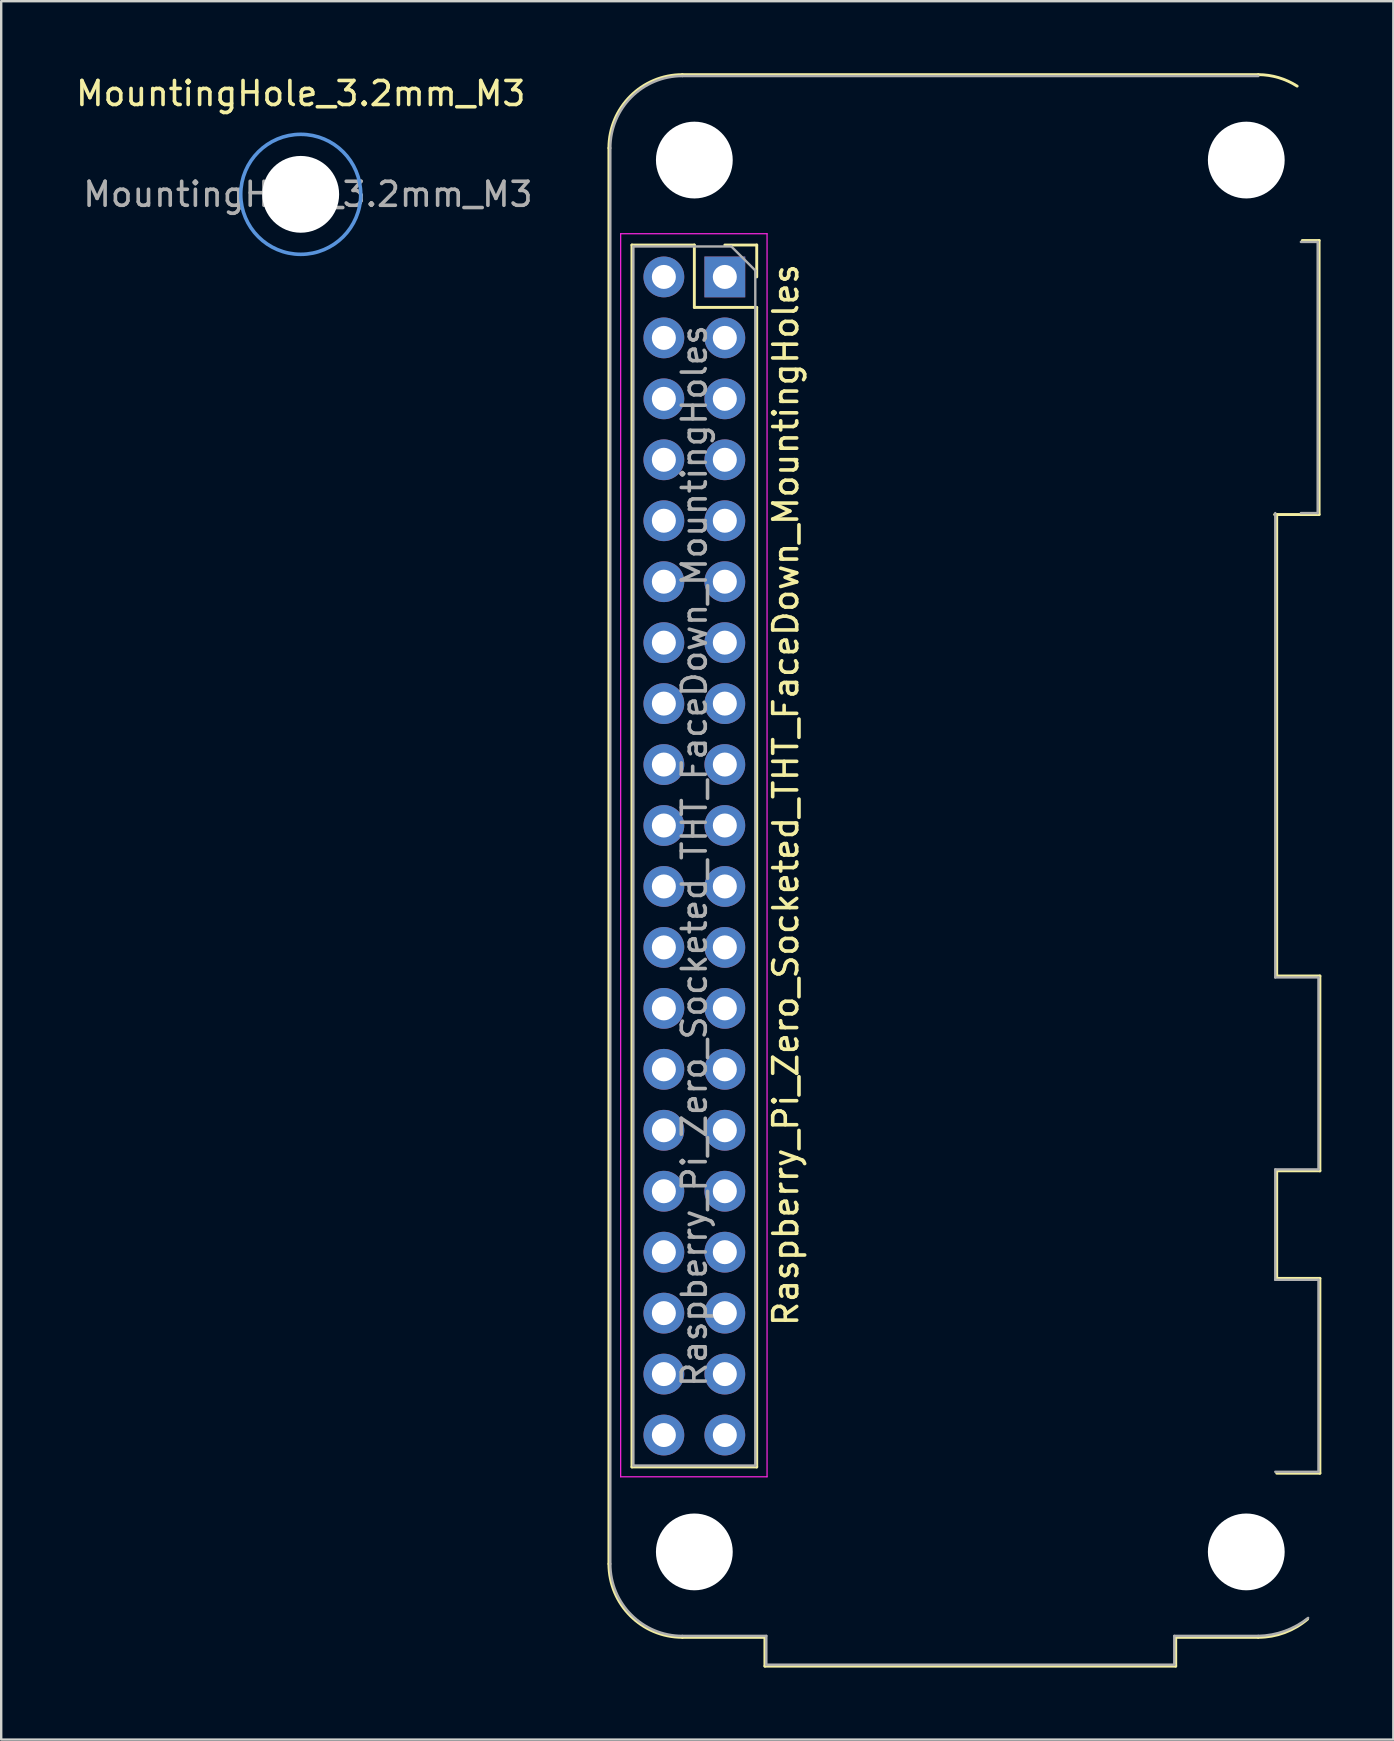
<source format=kicad_pcb>
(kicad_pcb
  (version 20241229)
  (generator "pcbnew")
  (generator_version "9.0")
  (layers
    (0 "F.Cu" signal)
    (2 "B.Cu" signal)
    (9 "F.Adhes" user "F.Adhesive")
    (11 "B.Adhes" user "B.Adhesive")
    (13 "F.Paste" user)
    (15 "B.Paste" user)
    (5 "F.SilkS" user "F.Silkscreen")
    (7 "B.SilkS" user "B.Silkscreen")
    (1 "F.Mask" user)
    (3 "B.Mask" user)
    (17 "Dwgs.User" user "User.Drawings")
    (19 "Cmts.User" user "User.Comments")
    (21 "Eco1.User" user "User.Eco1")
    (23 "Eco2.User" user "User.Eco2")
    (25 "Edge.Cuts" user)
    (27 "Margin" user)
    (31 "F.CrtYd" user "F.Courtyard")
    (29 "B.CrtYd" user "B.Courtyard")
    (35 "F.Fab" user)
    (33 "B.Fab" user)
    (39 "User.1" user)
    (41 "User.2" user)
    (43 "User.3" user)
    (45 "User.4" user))
  (footprint "Raspberry_Pi_Zero_Socketed_THT_FaceDown_MountingHoles"
    (layer "F.Cu")
    (at 27.154 8.49)
    (property "Reference" "Raspberry_Pi_Zero_Socketed_THT_FaceDown_MountingHoles" (at 2.54 21.59 270) (layer "F.SilkS") (effects (font (size 1 1) (thickness 0.15))))
    (attr through_hole)
    (fp_line (start -4.83 53.63) (end -4.83 -5.37) (stroke (width 0.12) (type solid)) (layer "F.SilkS"))
    (fp_line (start -3.87 -1.33) (end -3.87 49.59) (stroke (width 0.12) (type solid)) (layer "F.SilkS"))
    (fp_line (start -3.87 -1.33) (end -1.27 -1.33) (stroke (width 0.12) (type solid)) (layer "F.SilkS"))
    (fp_line (start -3.87 49.59) (end 1.33 49.59) (stroke (width 0.12) (type solid)) (layer "F.SilkS"))
    (fp_line (start -1.77 -8.43) (end 22.23 -8.43) (stroke (width 0.12) (type solid)) (layer "F.SilkS"))
    (fp_line (start -1.27 -1.33) (end -1.27 1.27) (stroke (width 0.12) (type solid)) (layer "F.SilkS"))
    (fp_line (start -1.27 1.27) (end 1.33 1.27) (stroke (width 0.12) (type solid)) (layer "F.SilkS"))
    (fp_line (start 0 -1.33) (end 1.33 -1.33) (stroke (width 0.12) (type solid)) (layer "F.SilkS"))
    (fp_line (start 1.33 -1.33) (end 1.33 0) (stroke (width 0.12) (type solid)) (layer "F.SilkS"))
    (fp_line (start 1.33 1.27) (end 1.33 49.59) (stroke (width 0.12) (type solid)) (layer "F.SilkS"))
    (fp_line (start 1.67 56.69) (end -1.77 56.69) (stroke (width 0.12) (type solid)) (layer "F.SilkS"))
    (fp_line (start 1.67 56.69) (end 1.67 57.89) (stroke (width 0.12) (type solid)) (layer "F.SilkS"))
    (fp_line (start 1.67 57.89) (end 18.79 57.89) (stroke (width 0.12) (type solid)) (layer "F.SilkS"))
    (fp_line (start 18.79 56.69) (end 22.23 56.69) (stroke (width 0.12) (type solid)) (layer "F.SilkS"))
    (fp_line (start 18.79 57.89) (end 18.79 56.69) (stroke (width 0.12) (type solid)) (layer "F.SilkS"))
    (fp_line (start 22.911 9.901) (end 24.765 9.901) (stroke (width 0.12) (type solid)) (layer "F.SilkS"))
    (fp_line (start 22.998 29.131) (end 22.998 9.901) (stroke (width 0.12) (type solid)) (layer "F.SilkS"))
    (fp_line (start 22.998 37.251) (end 24.798 37.251) (stroke (width 0.12) (type solid)) (layer "F.SilkS"))
    (fp_line (start 22.998 41.731) (end 22.998 37.251) (stroke (width 0.12) (type solid)) (layer "F.SilkS"))
    (fp_line (start 22.998 49.851) (end 24.798 49.851) (stroke (width 0.12) (type solid)) (layer "F.SilkS"))
    (fp_line (start 24.765 -1.519) (end 24.065 -1.519) (stroke (width 0.12) (type solid)) (layer "F.SilkS"))
    (fp_line (start 24.765 9.901) (end 24.765 -1.519) (stroke (width 0.12) (type solid)) (layer "F.SilkS"))
    (fp_line (start 24.798 29.131) (end 22.998 29.131) (stroke (width 0.12) (type solid)) (layer "F.SilkS"))
    (fp_line (start 24.798 37.251) (end 24.798 29.131) (stroke (width 0.12) (type solid)) (layer "F.SilkS"))
    (fp_line (start 24.798 41.731) (end 22.998 41.731) (stroke (width 0.12) (type solid)) (layer "F.SilkS"))
    (fp_line (start 24.798 49.851) (end 24.798 41.731) (stroke (width 0.12) (type solid)) (layer "F.SilkS"))
    (fp_arc (start -4.83 -5.37) (mid -3.933747 -7.533747) (end -1.77 -8.43) (stroke (width 0.12) (type solid)) (layer "F.SilkS"))
    (fp_arc (start -1.77 56.69) (mid -3.933747 55.793747) (end -4.83 53.63) (stroke (width 0.12) (type solid)) (layer "F.SilkS"))
    (fp_arc (start 22.23 -8.43) (mid 23.074561 -8.305821) (end 23.8506 -7.9502) (stroke (width 0.12) (type solid)) (layer "F.SilkS"))
    (fp_arc (start 24.2824 55.9308) (mid 23.324158 56.494117) (end 22.23 56.69) (stroke (width 0.12) (type solid)) (layer "F.SilkS"))
    (fp_line (start -4.34 -1.8) (end 1.76 -1.8) (stroke (width 0.05) (type solid)) (layer "F.CrtYd"))
    (fp_line (start -4.34 50) (end -4.34 -1.8) (stroke (width 0.05) (type solid)) (layer "F.CrtYd"))
    (fp_line (start 1.76 -1.8) (end 1.76 50) (stroke (width 0.05) (type solid)) (layer "F.CrtYd"))
    (fp_line (start 1.76 50) (end -4.34 50) (stroke (width 0.05) (type solid)) (layer "F.CrtYd"))
    (fp_line (start -4.77 53.63) (end -4.77 -5.37) (stroke (width 0.1) (type solid)) (layer "F.Fab"))
    (fp_line (start -3.81 -1.27) (end 0.27 -1.27) (stroke (width 0.1) (type solid)) (layer "F.Fab"))
    (fp_line (start -3.81 49.53) (end -3.81 -1.27) (stroke (width 0.1) (type solid)) (layer "F.Fab"))
    (fp_line (start -1.77 -8.37) (end 22.23 -8.37) (stroke (width 0.1) (type solid)) (layer "F.Fab"))
    (fp_line (start -1.77 56.63) (end 1.73 56.63) (stroke (width 0.1) (type solid)) (layer "F.Fab"))
    (fp_line (start 0.27 -1.27) (end 1.27 -0.27) (stroke (width 0.1) (type solid)) (layer "F.Fab"))
    (fp_line (start 1.27 -0.27) (end 1.27 49.53) (stroke (width 0.1) (type solid)) (layer "F.Fab"))
    (fp_line (start 1.27 49.53) (end -3.81 49.53) (stroke (width 0.1) (type solid)) (layer "F.Fab"))
    (fp_line (start 1.73 56.63) (end 1.73 57.83) (stroke (width 0.1) (type solid)) (layer "F.Fab"))
    (fp_line (start 1.73 57.83) (end 18.73 57.83) (stroke (width 0.1) (type solid)) (layer "F.Fab"))
    (fp_line (start 18.73 56.63) (end 18.73 57.83) (stroke (width 0.1) (type solid)) (layer "F.Fab"))
    (fp_line (start 22.23 56.63) (end 18.73 56.63) (stroke (width 0.1) (type solid)) (layer "F.Fab"))
    (fp_line (start 22.938 29.191) (end 22.938 9.841) (stroke (width 0.1) (type solid)) (layer "F.Fab"))
    (fp_line (start 22.938 37.191) (end 24.738 37.191) (stroke (width 0.1) (type solid)) (layer "F.Fab"))
    (fp_line (start 22.938 41.791) (end 22.938 37.191) (stroke (width 0.1) (type solid)) (layer "F.Fab"))
    (fp_line (start 22.938 49.791) (end 24.738 49.791) (stroke (width 0.1) (type solid)) (layer "F.Fab"))
    (fp_line (start 24.005 -1.459) (end 24.705 -1.459) (stroke (width 0.1) (type solid)) (layer "F.Fab"))
    (fp_line (start 24.005 9.841) (end 24.705 9.841) (stroke (width 0.1) (type solid)) (layer "F.Fab"))
    (fp_line (start 24.705 9.841) (end 24.705 -1.459) (stroke (width 0.1) (type solid)) (layer "F.Fab"))
    (fp_line (start 24.738 29.191) (end 22.938 29.191) (stroke (width 0.1) (type solid)) (layer "F.Fab"))
    (fp_line (start 24.738 37.191) (end 24.738 29.191) (stroke (width 0.1) (type solid)) (layer "F.Fab"))
    (fp_line (start 24.738 41.791) (end 22.938 41.791) (stroke (width 0.1) (type solid)) (layer "F.Fab"))
    (fp_line (start 24.738 49.791) (end 24.738 41.791) (stroke (width 0.1) (type solid)) (layer "F.Fab"))
    (fp_arc (start -4.77 -5.37) (mid -3.89132 -7.49132) (end -1.77 -8.37) (stroke (width 0.1) (type solid)) (layer "F.Fab"))
    (fp_arc (start -1.77 56.63) (mid -3.89132 55.75132) (end -4.77 53.63) (stroke (width 0.1) (type solid)) (layer "F.Fab"))
    (fp_arc (start 24.3078 55.88) (mid 23.330467 56.425564) (end 22.23 56.63) (stroke (width 0.1) (type solid)) (layer "F.Fab"))
    (fp_text user "${REFERENCE}" (at -1.27 24.13 90) (layer "F.Fab") (effects (font (size 1 1) (thickness 0.15))))
    (pad "" np_thru_hole circle (at -1.27 -4.87 90) (size 3.2 3.2) (drill 3.2) (layers "*.Cu" "*.Mask"))
    (pad "" np_thru_hole circle (at -1.27 53.13 90) (size 3.2 3.2) (drill 3.2) (layers "*.Cu" "*.Mask"))
    (pad "" np_thru_hole circle (at 21.73 -4.87 90) (size 3.2 3.2) (drill 3.2) (layers "*.Cu" "*.Mask"))
    (pad "" np_thru_hole circle (at 21.73 53.13 90) (size 3.2 3.2) (drill 3.2) (layers "*.Cu" "*.Mask"))
    (pad "1" thru_hole rect (at 0 0) (size 1.7 1.7) (drill 1) (layers "*.Cu" "*.Mask"))
    (pad "2" thru_hole oval (at -2.54 0) (size 1.7 1.7) (drill 1) (layers "*.Cu" "*.Mask"))
    (pad "3" thru_hole oval (at 0 2.54) (size 1.7 1.7) (drill 1) (layers "*.Cu" "*.Mask"))
    (pad "4" thru_hole oval (at -2.54 2.54) (size 1.7 1.7) (drill 1) (layers "*.Cu" "*.Mask"))
    (pad "5" thru_hole oval (at 0 5.08) (size 1.7 1.7) (drill 1) (layers "*.Cu" "*.Mask"))
    (pad "6" thru_hole oval (at -2.54 5.08) (size 1.7 1.7) (drill 1) (layers "*.Cu" "*.Mask"))
    (pad "7" thru_hole oval (at 0 7.62) (size 1.7 1.7) (drill 1) (layers "*.Cu" "*.Mask"))
    (pad "8" thru_hole oval (at -2.54 7.62) (size 1.7 1.7) (drill 1) (layers "*.Cu" "*.Mask"))
    (pad "9" thru_hole oval (at 0 10.16) (size 1.7 1.7) (drill 1) (layers "*.Cu" "*.Mask"))
    (pad "10" thru_hole oval (at -2.54 10.16) (size 1.7 1.7) (drill 1) (layers "*.Cu" "*.Mask"))
    (pad "11" thru_hole oval (at 0 12.7) (size 1.7 1.7) (drill 1) (layers "*.Cu" "*.Mask"))
    (pad "12" thru_hole oval (at -2.54 12.7) (size 1.7 1.7) (drill 1) (layers "*.Cu" "*.Mask"))
    (pad "13" thru_hole oval (at 0 15.24) (size 1.7 1.7) (drill 1) (layers "*.Cu" "*.Mask"))
    (pad "14" thru_hole oval (at -2.54 15.24) (size 1.7 1.7) (drill 1) (layers "*.Cu" "*.Mask"))
    (pad "15" thru_hole oval (at 0 17.78) (size 1.7 1.7) (drill 1) (layers "*.Cu" "*.Mask"))
    (pad "16" thru_hole oval (at -2.54 17.78) (size 1.7 1.7) (drill 1) (layers "*.Cu" "*.Mask"))
    (pad "17" thru_hole oval (at 0 20.32) (size 1.7 1.7) (drill 1) (layers "*.Cu" "*.Mask"))
    (pad "18" thru_hole oval (at -2.54 20.32) (size 1.7 1.7) (drill 1) (layers "*.Cu" "*.Mask"))
    (pad "19" thru_hole oval (at 0 22.86) (size 1.7 1.7) (drill 1) (layers "*.Cu" "*.Mask"))
    (pad "20" thru_hole oval (at -2.54 22.86) (size 1.7 1.7) (drill 1) (layers "*.Cu" "*.Mask"))
    (pad "21" thru_hole oval (at 0 25.4) (size 1.7 1.7) (drill 1) (layers "*.Cu" "*.Mask"))
    (pad "22" thru_hole oval (at -2.54 25.4) (size 1.7 1.7) (drill 1) (layers "*.Cu" "*.Mask"))
    (pad "23" thru_hole oval (at 0 27.94) (size 1.7 1.7) (drill 1) (layers "*.Cu" "*.Mask"))
    (pad "24" thru_hole oval (at -2.54 27.94) (size 1.7 1.7) (drill 1) (layers "*.Cu" "*.Mask"))
    (pad "25" thru_hole oval (at 0 30.48) (size 1.7 1.7) (drill 1) (layers "*.Cu" "*.Mask"))
    (pad "26" thru_hole oval (at -2.54 30.48) (size 1.7 1.7) (drill 1) (layers "*.Cu" "*.Mask"))
    (pad "27" thru_hole oval (at 0 33.02) (size 1.7 1.7) (drill 1) (layers "*.Cu" "*.Mask"))
    (pad "28" thru_hole oval (at -2.54 33.02) (size 1.7 1.7) (drill 1) (layers "*.Cu" "*.Mask"))
    (pad "29" thru_hole oval (at 0 35.56) (size 1.7 1.7) (drill 1) (layers "*.Cu" "*.Mask"))
    (pad "30" thru_hole oval (at -2.54 35.56) (size 1.7 1.7) (drill 1) (layers "*.Cu" "*.Mask"))
    (pad "31" thru_hole oval (at 0 38.1) (size 1.7 1.7) (drill 1) (layers "*.Cu" "*.Mask"))
    (pad "32" thru_hole oval (at -2.54 38.1) (size 1.7 1.7) (drill 1) (layers "*.Cu" "*.Mask"))
    (pad "33" thru_hole oval (at 0 40.64) (size 1.7 1.7) (drill 1) (layers "*.Cu" "*.Mask"))
    (pad "34" thru_hole oval (at -2.54 40.64) (size 1.7 1.7) (drill 1) (layers "*.Cu" "*.Mask"))
    (pad "35" thru_hole oval (at 0 43.18) (size 1.7 1.7) (drill 1) (layers "*.Cu" "*.Mask"))
    (pad "36" thru_hole oval (at -2.54 43.18) (size 1.7 1.7) (drill 1) (layers "*.Cu" "*.Mask"))
    (pad "37" thru_hole oval (at 0 45.72) (size 1.7 1.7) (drill 1) (layers "*.Cu" "*.Mask"))
    (pad "38" thru_hole oval (at -2.54 45.72) (size 1.7 1.7) (drill 1) (layers "*.Cu" "*.Mask"))
    (pad "39" thru_hole oval (at 0 48.26) (size 1.7 1.7) (drill 1) (layers "*.Cu" "*.Mask"))
    (pad "40" thru_hole oval (at -2.54 48.26) (size 1.7 1.7) (drill 1) (layers "*.Cu" "*.Mask")))
  (footprint "MountingHole_3.2mm_M3"
    (layer "F.Cu")
    (at 9.482 5.048)
    (property "Reference" "MountingHole_3.2mm_M3" (at 0 -4.2 0) (layer "F.SilkS") (effects (font (size 1 1) (thickness 0.15))))
    (attr exclude_from_pos_files)
    (fp_circle (center 0 0) (end 2.5 0) (stroke (width 0.15) (type solid)) (fill no) (layer "Cmts.User"))
    (fp_circle (center 0 0) (end 2.5 0) (stroke (width 0.05) (type solid)) (fill no) (layer "F.CrtYd"))
    (fp_text user "${REFERENCE}" (at 0.3 0 0) (layer "F.Fab") (effects (font (size 1 1) (thickness 0.15))))
    (pad "" np_thru_hole circle (at 0 0) (size 3.2 3.2) (drill 3.2) (layers "*.Cu" "*.Mask")))
  (gr_rect
    (start -3 -3)
    (end 55.012 69.44)
    (stroke (width 0.1) (type default))
    (fill no)
    (layer "Edge.Cuts")))
</source>
